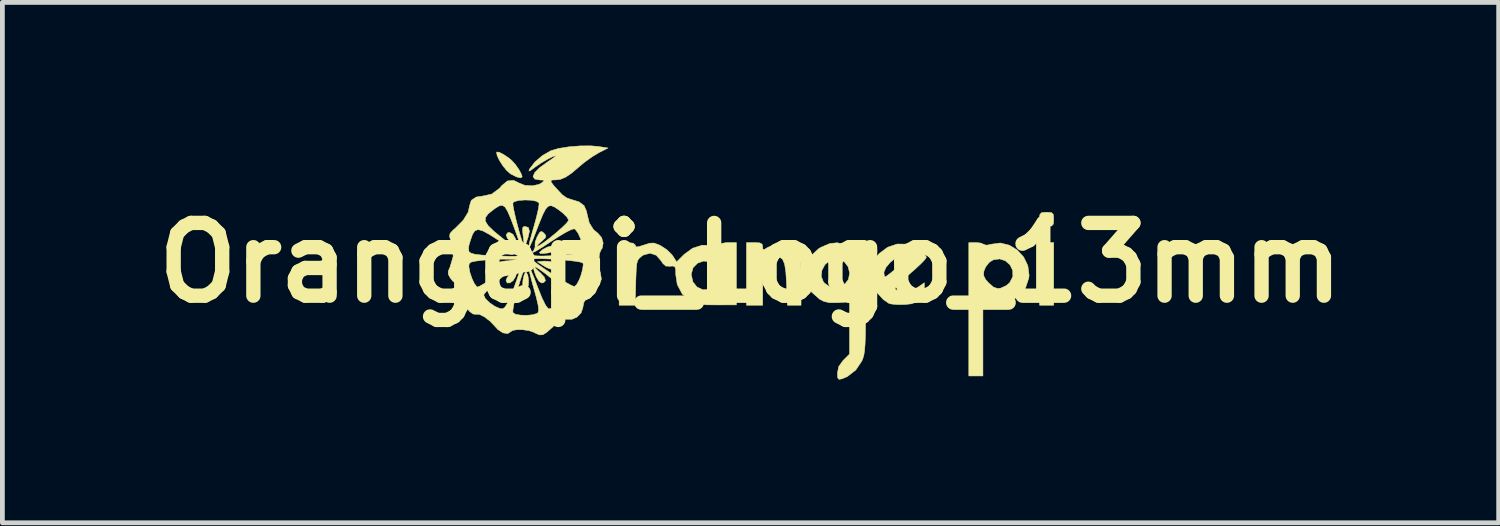
<source format=kicad_pcb>
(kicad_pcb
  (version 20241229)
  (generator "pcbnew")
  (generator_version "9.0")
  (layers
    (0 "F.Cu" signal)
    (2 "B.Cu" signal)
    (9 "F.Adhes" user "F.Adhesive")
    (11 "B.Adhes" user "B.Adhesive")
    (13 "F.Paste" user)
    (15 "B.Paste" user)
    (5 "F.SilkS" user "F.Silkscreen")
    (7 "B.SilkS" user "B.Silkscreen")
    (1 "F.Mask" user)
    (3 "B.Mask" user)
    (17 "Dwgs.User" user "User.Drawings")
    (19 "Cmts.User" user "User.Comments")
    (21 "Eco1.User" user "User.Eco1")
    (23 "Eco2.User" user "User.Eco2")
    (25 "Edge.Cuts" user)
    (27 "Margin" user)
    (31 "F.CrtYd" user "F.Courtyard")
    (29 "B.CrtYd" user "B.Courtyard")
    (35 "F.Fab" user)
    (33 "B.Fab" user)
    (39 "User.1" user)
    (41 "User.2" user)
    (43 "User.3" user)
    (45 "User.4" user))
  (footprint "Orangepi_Logo_13mm"
    (layer "F.Cu")
    (at 12.671 2.454)
    (property "Reference" "Orangepi_Logo_13mm" (at 0 0 0) (layer "F.SilkS") (effects (font (size 1.524 1.524) (thickness 0.3))))
    (attr through_hole)
    (fp_poly (pts (xy 6.35 0.889) (xy 6.054 0.889) (xy 6.054 -0.423) (xy 6.35 -0.423) (xy 6.35 0.889)) (stroke (width 0.01) (type solid)) (fill yes) (layer "F.SilkS"))
    (fp_poly (pts (xy -4.203 -0.028) (xy -4.119 0.008) (xy -4.086 0.063) (xy -4.116 0.118) (xy -4.176 0.136) (xy -4.266 0.103) (xy -4.319 0.072) (xy -4.466 -0.021) (xy -4.323 -0.035) (xy -4.203 -0.028)) (stroke (width 0.01) (type solid)) (fill yes) (layer "F.SilkS"))
    (fp_poly (pts (xy -4.976 -0.596) (xy -4.921 -0.5) (xy -4.886 -0.392) (xy -4.895 -0.355) (xy -4.954 -0.384) (xy -5.01 -0.426) (xy -5.094 -0.513) (xy -5.119 -0.586) (xy -5.084 -0.63) (xy -5.047 -0.635) (xy -4.976 -0.596)) (stroke (width 0.01) (type solid)) (fill yes) (layer "F.SilkS"))
    (fp_poly (pts (xy -4.663 0.268) (xy -4.649 0.37) (xy -4.653 0.47) (xy -4.676 0.532) (xy -4.685 0.537) (xy -4.749 0.525) (xy -4.761 0.511) (xy -4.773 0.448) (xy -4.766 0.357) (xy -4.746 0.266) (xy -4.719 0.205) (xy -4.695 0.199) (xy -4.663 0.268)) (stroke (width 0.01) (type solid)) (fill yes) (layer "F.SilkS"))
    (fp_poly (pts (xy -4.093 -0.343) (xy -4.093 -0.342) (xy -4.072 -0.282) (xy -4.087 -0.26) (xy -4.148 -0.23) (xy -4.24 -0.206) (xy -4.335 -0.194) (xy -4.405 -0.195) (xy -4.422 -0.214) (xy -4.355 -0.277) (xy -4.256 -0.328) (xy -4.157 -0.354) (xy -4.093 -0.343)) (stroke (width 0.01) (type solid)) (fill yes) (layer "F.SilkS"))
    (fp_poly (pts (xy -4.89 0.133) (xy -4.89 0.182) (xy -4.916 0.276) (xy -4.921 0.289) (xy -4.973 0.373) (xy -5.039 0.421) (xy -5.097 0.423) (xy -5.122 0.37) (xy -5.122 0.367) (xy -5.097 0.309) (xy -5.037 0.234) (xy -4.965 0.166) (xy -4.907 0.131) (xy -4.89 0.133)) (stroke (width 0.01) (type solid)) (fill yes) (layer "F.SilkS"))
    (fp_poly (pts (xy -5.104 -0.298) (xy -5.1 -0.296) (xy -4.991 -0.223) (xy -4.956 -0.183) (xy -4.994 -0.175) (xy -5.006 -0.176) (xy -5.083 -0.186) (xy -5.195 -0.2) (xy -5.196 -0.2) (xy -5.295 -0.228) (xy -5.334 -0.275) (xy -5.334 -0.275) (xy -5.307 -0.348) (xy -5.229 -0.356) (xy -5.104 -0.298)) (stroke (width 0.01) (type solid)) (fill yes) (layer "F.SilkS"))
    (fp_poly (pts (xy -4.961 -0.034) (xy -4.953 -0.025) (xy -4.985 0.004) (xy -5.063 0.055) (xy -5.157 0.112) (xy -5.238 0.155) (xy -5.274 0.169) (xy -5.304 0.136) (xy -5.32 0.102) (xy -5.314 0.025) (xy -5.287 -0.004) (xy -5.221 -0.025) (xy -5.122 -0.039) (xy -5.024 -0.043) (xy -4.961 -0.034)) (stroke (width 0.01) (type solid)) (fill yes) (layer "F.SilkS"))
    (fp_poly (pts (xy 6.301 -1.052) (xy 6.342 -1.015) (xy 6.35 -0.921) (xy 6.35 -0.91) (xy 6.343 -0.811) (xy 6.306 -0.77) (xy 6.213 -0.762) (xy 6.202 -0.762) (xy 6.103 -0.769) (xy 6.062 -0.806) (xy 6.054 -0.899) (xy 6.054 -0.91) (xy 6.06 -1.009) (xy 6.097 -1.05) (xy 6.191 -1.058) (xy 6.202 -1.058) (xy 6.301 -1.052)) (stroke (width 0.01) (type solid)) (fill yes) (layer "F.SilkS"))
    (fp_poly (pts (xy -5.266 -2.315) (xy -5.178 -2.271) (xy -5.075 -2.203) (xy -5.002 -2.143) (xy -4.924 -2.056) (xy -4.848 -1.947) (xy -4.796 -1.848) (xy -4.784 -1.801) (xy -4.816 -1.778) (xy -4.9 -1.798) (xy -5.018 -1.857) (xy -5.03 -1.864) (xy -5.106 -1.931) (xy -5.188 -2.032) (xy -5.26 -2.145) (xy -5.308 -2.246) (xy -5.319 -2.312) (xy -5.314 -2.32) (xy -5.266 -2.315)) (stroke (width 0.01) (type solid)) (fill yes) (layer "F.SilkS"))
    (fp_poly (pts (xy 0.195 -0.416) (xy 0.244 -0.388) (xy 0.254 -0.338) (xy 0.259 -0.281) (xy 0.291 -0.28) (xy 0.361 -0.322) (xy 0.474 -0.368) (xy 0.616 -0.392) (xy 0.644 -0.393) (xy 0.778 -0.378) (xy 0.877 -0.322) (xy 0.939 -0.259) (xy 0.989 -0.199) (xy 1.023 -0.142) (xy 1.044 -0.07) (xy 1.054 0.036) (xy 1.058 0.194) (xy 1.058 0.382) (xy 1.058 0.889) (xy 0.772 0.889) (xy 0.755 0.445) (xy 0.74 0.199) (xy 0.714 0.029) (xy 0.671 -0.074) (xy 0.608 -0.119) (xy 0.519 -0.116) (xy 0.478 -0.103) (xy 0.38 -0.048) (xy 0.313 0.046) (xy 0.274 0.191) (xy 0.256 0.401) (xy 0.255 0.519) (xy 0.254 0.889) (xy -0.085 0.889) (xy -0.085 -0.423) (xy 0.085 -0.423) (xy 0.195 -0.416)) (stroke (width 0.01) (type solid)) (fill yes) (layer "F.SilkS"))
    (fp_poly (pts (xy 4.823 -0.413) (xy 4.885 -0.387) (xy 4.888 -0.384) (xy 4.945 -0.367) (xy 5.04 -0.388) (xy 5.232 -0.414) (xy 5.419 -0.369) (xy 5.587 -0.266) (xy 5.722 -0.118) (xy 5.809 0.063) (xy 5.835 0.263) (xy 5.828 0.322) (xy 5.756 0.539) (xy 5.622 0.701) (xy 5.435 0.803) (xy 5.203 0.839) (xy 5.114 0.835) (xy 4.868 0.812) (xy 4.868 2.371) (xy 4.572 2.371) (xy 4.572 0.268) (xy 4.882 0.268) (xy 4.925 0.352) (xy 4.992 0.427) (xy 5.091 0.511) (xy 5.174 0.539) (xy 5.24 0.532) (xy 5.356 0.479) (xy 5.429 0.417) (xy 5.495 0.288) (xy 5.492 0.159) (xy 5.435 0.044) (xy 5.339 -0.041) (xy 5.219 -0.081) (xy 5.088 -0.063) (xy 5.002 -0.011) (xy 4.924 0.089) (xy 4.887 0.179) (xy 4.882 0.268) (xy 4.572 0.268) (xy 4.572 -0.423) (xy 4.718 -0.423) (xy 4.823 -0.413)) (stroke (width 0.01) (type solid)) (fill yes) (layer "F.SilkS"))
    (fp_poly (pts (xy 3.268 -0.39) (xy 3.294 -0.383) (xy 3.421 -0.333) (xy 3.544 -0.261) (xy 3.639 -0.184) (xy 3.682 -0.12) (xy 3.683 -0.114) (xy 3.652 -0.067) (xy 3.57 0.019) (xy 3.449 0.132) (xy 3.343 0.224) (xy 3.205 0.346) (xy 3.099 0.45) (xy 3.038 0.524) (xy 3.028 0.552) (xy 3.093 0.587) (xy 3.208 0.593) (xy 3.342 0.575) (xy 3.466 0.534) (xy 3.518 0.505) (xy 3.641 0.418) (xy 3.641 0.562) (xy 3.613 0.706) (xy 3.527 0.803) (xy 3.374 0.859) (xy 3.226 0.875) (xy 3.077 0.876) (xy 2.951 0.864) (xy 2.898 0.851) (xy 2.781 0.769) (xy 2.662 0.639) (xy 2.565 0.491) (xy 2.517 0.364) (xy 2.513 0.208) (xy 2.794 0.208) (xy 2.804 0.279) (xy 2.818 0.296) (xy 2.861 0.271) (xy 2.947 0.205) (xy 3.05 0.121) (xy 3.174 0.006) (xy 3.226 -0.072) (xy 3.207 -0.115) (xy 3.127 -0.127) (xy 3.033 -0.094) (xy 2.928 -0.011) (xy 2.84 0.093) (xy 2.795 0.192) (xy 2.794 0.208) (xy 2.513 0.208) (xy 2.511 0.14) (xy 2.585 -0.057) (xy 2.692 -0.191) (xy 2.872 -0.325) (xy 3.072 -0.393) (xy 3.268 -0.39)) (stroke (width 0.01) (type solid)) (fill yes) (layer "F.SilkS"))
    (fp_poly (pts (xy 2.412 0.73) (xy 2.411 1.079) (xy 2.409 1.354) (xy 2.405 1.566) (xy 2.398 1.725) (xy 2.388 1.844) (xy 2.374 1.932) (xy 2.355 2) (xy 2.332 2.057) (xy 2.205 2.246) (xy 2.026 2.385) (xy 1.916 2.431) (xy 1.852 2.442) (xy 1.825 2.407) (xy 1.82 2.313) (xy 1.847 2.175) (xy 1.937 2.049) (xy 1.947 2.039) (xy 2.074 1.912) (xy 2.074 0.82) (xy 1.831 0.836) (xy 1.663 0.837) (xy 1.54 0.811) (xy 1.45 0.765) (xy 1.281 0.616) (xy 1.18 0.433) (xy 1.153 0.286) (xy 1.481 0.286) (xy 1.527 0.402) (xy 1.556 0.432) (xy 1.693 0.524) (xy 1.817 0.538) (xy 1.945 0.476) (xy 1.963 0.463) (xy 2.051 0.349) (xy 2.076 0.216) (xy 2.045 0.085) (xy 1.965 -0.021) (xy 1.844 -0.08) (xy 1.791 -0.085) (xy 1.661 -0.05) (xy 1.559 0.038) (xy 1.495 0.158) (xy 1.481 0.286) (xy 1.153 0.286) (xy 1.144 0.234) (xy 1.174 0.035) (xy 1.268 -0.147) (xy 1.427 -0.295) (xy 1.482 -0.327) (xy 1.662 -0.403) (xy 1.817 -0.419) (xy 1.964 -0.383) (xy 2.061 -0.364) (xy 2.096 -0.383) (xy 2.152 -0.41) (xy 2.254 -0.423) (xy 2.267 -0.423) (xy 2.413 -0.423) (xy 2.412 0.73)) (stroke (width 0.01) (type solid)) (fill yes) (layer "F.SilkS"))
    (fp_poly (pts (xy -2.46 -0.411) (xy -2.414 -0.372) (xy -2.413 -0.365) (xy -2.4 -0.334) (xy -2.348 -0.335) (xy -2.238 -0.37) (xy -2.231 -0.372) (xy -2.11 -0.41) (xy -2.024 -0.413) (xy -1.928 -0.379) (xy -1.881 -0.357) (xy -1.754 -0.274) (xy -1.648 -0.17) (xy -1.631 -0.147) (xy -1.548 -0.018) (xy -1.391 -0.175) (xy -1.214 -0.304) (xy -1.014 -0.368) (xy -0.814 -0.362) (xy -0.751 -0.343) (xy -0.668 -0.319) (xy -0.637 -0.339) (xy -0.635 -0.361) (xy -0.606 -0.405) (xy -0.51 -0.422) (xy -0.466 -0.423) (xy -0.296 -0.423) (xy -0.296 0.882) (xy -0.712 0.883) (xy -0.921 0.881) (xy -1.067 0.87) (xy -1.171 0.846) (xy -1.255 0.807) (xy -1.263 0.803) (xy -1.431 0.653) (xy -1.535 0.455) (xy -1.566 0.251) (xy -1.566 0.245) (xy -1.242 0.245) (xy -1.208 0.399) (xy -1.121 0.508) (xy -1 0.565) (xy -0.865 0.56) (xy -0.737 0.486) (xy -0.709 0.457) (xy -0.643 0.323) (xy -0.653 0.178) (xy -0.727 0.056) (xy -0.849 -0.023) (xy -0.984 -0.036) (xy -1.109 0.008) (xy -1.203 0.102) (xy -1.242 0.237) (xy -1.242 0.245) (xy -1.566 0.245) (xy -1.569 0.133) (xy -1.588 0.079) (xy -1.636 0.068) (xy -1.683 0.073) (xy -1.775 0.069) (xy -1.841 0.01) (xy -1.87 -0.038) (xy -1.974 -0.157) (xy -2.103 -0.2) (xy -2.24 -0.164) (xy -2.279 -0.139) (xy -2.328 -0.098) (xy -2.361 -0.052) (xy -2.382 0.017) (xy -2.393 0.126) (xy -2.4 0.292) (xy -2.404 0.417) (xy -2.416 0.889) (xy -2.752 0.889) (xy -2.752 -0.423) (xy -2.582 -0.423) (xy -2.46 -0.411)) (stroke (width 0.01) (type solid)) (fill yes) (layer "F.SilkS"))
    (fp_poly (pts (xy -3.192 -2.436) (xy -2.985 -2.404) (xy -3.177 -2.306) (xy -3.316 -2.222) (xy -3.475 -2.108) (xy -3.579 -2.021) (xy -3.746 -1.879) (xy -3.875 -1.792) (xy -3.984 -1.747) (xy -4.082 -1.736) (xy -4.15 -1.734) (xy -4.182 -1.72) (xy -4.173 -1.684) (xy -4.119 -1.614) (xy -4.014 -1.499) (xy -3.947 -1.427) (xy -3.85 -1.359) (xy -3.769 -1.33) (xy -3.594 -1.277) (xy -3.487 -1.197) (xy -3.434 -1.075) (xy -3.427 -1.036) (xy -3.378 -0.836) (xy -3.29 -0.695) (xy -3.198 -0.619) (xy -3.12 -0.529) (xy -3.087 -0.413) (xy -3.107 -0.305) (xy -3.13 -0.273) (xy -3.162 -0.197) (xy -3.177 -0.072) (xy -3.173 0.069) (xy -3.151 0.192) (xy -3.144 0.212) (xy -3.124 0.344) (xy -3.164 0.459) (xy -3.254 0.528) (xy -3.255 0.528) (xy -3.345 0.591) (xy -3.431 0.706) (xy -3.494 0.84) (xy -3.514 0.946) (xy -3.549 1.049) (xy -3.635 1.138) (xy -3.739 1.183) (xy -3.775 1.183) (xy -3.884 1.182) (xy -3.984 1.219) (xy -4.1 1.306) (xy -4.154 1.355) (xy -4.27 1.458) (xy -4.351 1.508) (xy -4.421 1.511) (xy -4.505 1.475) (xy -4.53 1.46) (xy -4.633 1.423) (xy -4.765 1.403) (xy -4.893 1.401) (xy -4.988 1.419) (xy -5.016 1.439) (xy -5.086 1.484) (xy -5.186 1.468) (xy -5.293 1.398) (xy -5.352 1.333) (xy -5.456 1.223) (xy -5.572 1.134) (xy -5.679 1.081) (xy -5.755 1.078) (xy -5.758 1.08) (xy -5.815 1.072) (xy -5.889 1.015) (xy -5.907 0.993) (xy -4.978 0.993) (xy -4.978 1.043) (xy -4.925 1.078) (xy -4.818 1.097) (xy -4.687 1.101) (xy -4.562 1.089) (xy -4.472 1.061) (xy -4.452 1.046) (xy -4.438 0.992) (xy -4.449 0.888) (xy -4.487 0.724) (xy -4.534 0.556) (xy -4.585 0.374) (xy -4.624 0.221) (xy -4.646 0.116) (xy -4.648 0.08) (xy -4.629 0.101) (xy -4.588 0.187) (xy -4.53 0.326) (xy -4.465 0.496) (xy -4.372 0.729) (xy -4.296 0.884) (xy -4.239 0.959) (xy -4.225 0.965) (xy -4.144 0.951) (xy -4.035 0.896) (xy -3.925 0.821) (xy -3.841 0.743) (xy -3.81 0.682) (xy -3.841 0.633) (xy -3.923 0.548) (xy -4.039 0.442) (xy -4.171 0.328) (xy -4.303 0.222) (xy -4.417 0.139) (xy -4.495 0.091) (xy -4.515 0.086) (xy -4.508 0.11) (xy -4.449 0.17) (xy -4.407 0.206) (xy -4.319 0.3) (xy -4.295 0.375) (xy -4.336 0.418) (xy -4.379 0.423) (xy -4.432 0.386) (xy -4.488 0.293) (xy -4.533 0.171) (xy -4.547 0.103) (xy -4.585 0.023) (xy -4.659 0.02) (xy -4.69 0.036) (xy -4.723 0.09) (xy -4.769 0.206) (xy -4.822 0.363) (xy -4.875 0.541) (xy -4.922 0.719) (xy -4.959 0.877) (xy -4.978 0.993) (xy -5.907 0.993) (xy -5.956 0.935) (xy -5.995 0.856) (xy -5.994 0.821) (xy -5.998 0.75) (xy -6.021 0.678) (xy -5.588 0.678) (xy -5.553 0.753) (xy -5.466 0.837) (xy -5.355 0.913) (xy -5.248 0.959) (xy -5.192 0.964) (xy -5.146 0.933) (xy -5.091 0.847) (xy -5.022 0.696) (xy -4.95 0.508) (xy -4.885 0.327) (xy -4.834 0.175) (xy -4.803 0.069) (xy -4.796 0.029) (xy -4.832 0.032) (xy -4.915 0.081) (xy -5.03 0.163) (xy -5.164 0.268) (xy -5.3 0.381) (xy -5.424 0.492) (xy -5.523 0.588) (xy -5.58 0.657) (xy -5.588 0.678) (xy -6.021 0.678) (xy -6.032 0.645) (xy -6.084 0.536) (xy -6.139 0.452) (xy -6.181 0.423) (xy -6.231 0.391) (xy -6.289 0.319) (xy -6.332 0.24) (xy -6.33 0.172) (xy -6.29 0.08) (xy -6.286 0.063) (xy -5.9 0.063) (xy -5.899 0.089) (xy -5.878 0.204) (xy -5.835 0.329) (xy -5.784 0.437) (xy -5.734 0.501) (xy -5.716 0.508) (xy -5.665 0.486) (xy -5.559 0.425) (xy -5.414 0.336) (xy -5.244 0.226) (xy -5.238 0.222) (xy -4.805 -0.064) (xy -4.957 -0.071) (xy -4.572 -0.071) (xy -4.538 -0.033) (xy -4.449 0.036) (xy -4.32 0.126) (xy -4.169 0.226) (xy -4.015 0.323) (xy -3.872 0.409) (xy -3.759 0.471) (xy -3.694 0.498) (xy -3.687 0.498) (xy -3.641 0.455) (xy -3.587 0.355) (xy -3.554 0.27) (xy -3.518 0.141) (xy -3.504 0.041) (xy -3.51 0.006) (xy -3.559 -0.013) (xy -3.669 -0.032) (xy -3.823 -0.05) (xy -4 -0.066) (xy -4.182 -0.078) (xy -4.348 -0.085) (xy -4.48 -0.086) (xy -4.559 -0.079) (xy -4.572 -0.071) (xy -4.957 -0.071) (xy -5.059 -0.075) (xy -5.242 -0.076) (xy -5.456 -0.067) (xy -5.609 -0.053) (xy -5.764 -0.034) (xy -5.852 -0.014) (xy -5.891 0.016) (xy -5.9 0.063) (xy -6.286 0.063) (xy -6.228 -0.136) (xy -6.242 -0.294) (xy -5.913 -0.294) (xy -5.903 -0.24) (xy -5.861 -0.203) (xy -5.775 -0.178) (xy -5.637 -0.162) (xy -5.437 -0.15) (xy -5.165 -0.14) (xy -5.046 -0.135) (xy -4.926 -0.137) (xy -4.854 -0.149) (xy -4.843 -0.163) (xy -4.885 -0.199) (xy -4.984 -0.271) (xy -5.123 -0.367) (xy -5.273 -0.467) (xy -5.469 -0.593) (xy -5.61 -0.669) (xy -5.707 -0.695) (xy -5.774 -0.67) (xy -5.823 -0.596) (xy -5.867 -0.471) (xy -5.869 -0.464) (xy -5.898 -0.367) (xy -5.913 -0.294) (xy -6.242 -0.294) (xy -6.249 -0.37) (xy -6.276 -0.457) (xy -6.304 -0.551) (xy -6.294 -0.614) (xy -6.235 -0.68) (xy -6.185 -0.722) (xy -6.039 -0.869) (xy -5.554 -0.869) (xy -5.496 -0.777) (xy -5.376 -0.661) (xy -5.19 -0.509) (xy -5.189 -0.508) (xy -5.038 -0.392) (xy -4.912 -0.301) (xy -4.825 -0.245) (xy -4.792 -0.232) (xy -4.798 -0.277) (xy -4.828 -0.384) (xy -4.879 -0.537) (xy -4.933 -0.687) (xy -5.018 -0.914) (xy -5.084 -1.07) (xy -5.14 -1.164) (xy -5.194 -1.202) (xy -5.256 -1.195) (xy -5.334 -1.15) (xy -5.386 -1.113) (xy -5.495 -1.025) (xy -5.552 -0.948) (xy -5.554 -0.869) (xy -6.039 -0.869) (xy -6.016 -0.893) (xy -5.913 -1.062) (xy -5.885 -1.194) (xy -5.866 -1.254) (xy -4.978 -1.254) (xy -4.975 -1.196) (xy -4.953 -1.079) (xy -4.918 -0.925) (xy -4.875 -0.757) (xy -4.831 -0.597) (xy -4.79 -0.467) (xy -4.76 -0.39) (xy -4.753 -0.381) (xy -4.747 -0.406) (xy -4.754 -0.492) (xy -4.763 -0.561) (xy -4.777 -0.684) (xy -4.768 -0.745) (xy -4.733 -0.762) (xy -4.727 -0.762) (xy -4.653 -0.738) (xy -4.631 -0.661) (xy -4.662 -0.525) (xy -4.68 -0.475) (xy -4.722 -0.349) (xy -4.724 -0.282) (xy -4.703 -0.262) (xy -4.633 -0.217) (xy -4.601 -0.185) (xy -4.563 -0.159) (xy -4.491 -0.145) (xy -4.372 -0.141) (xy -4.191 -0.146) (xy -4.064 -0.152) (xy -3.866 -0.166) (xy -3.698 -0.184) (xy -3.578 -0.203) (xy -3.528 -0.219) (xy -3.51 -0.281) (xy -3.525 -0.388) (xy -3.563 -0.512) (xy -3.615 -0.625) (xy -3.671 -0.699) (xy -3.695 -0.712) (xy -3.756 -0.695) (xy -3.869 -0.638) (xy -4.016 -0.551) (xy -4.145 -0.468) (xy -4.342 -0.338) (xy -4.481 -0.253) (xy -4.56 -0.213) (xy -4.574 -0.221) (xy -4.541 -0.259) (xy -4.511 -0.331) (xy -4.515 -0.361) (xy -4.511 -0.433) (xy -4.473 -0.536) (xy -4.465 -0.552) (xy -4.415 -0.638) (xy -4.378 -0.658) (xy -4.33 -0.623) (xy -4.325 -0.618) (xy -4.286 -0.568) (xy -4.296 -0.524) (xy -4.365 -0.459) (xy -4.382 -0.445) (xy -4.454 -0.38) (xy -4.479 -0.343) (xy -4.475 -0.34) (xy -4.418 -0.365) (xy -4.318 -0.432) (xy -4.194 -0.527) (xy -4.064 -0.635) (xy -3.944 -0.741) (xy -3.854 -0.829) (xy -3.812 -0.886) (xy -3.81 -0.892) (xy -3.842 -0.952) (xy -3.925 -1.036) (xy -4.004 -1.099) (xy -4.101 -1.165) (xy -4.175 -1.196) (xy -4.235 -1.186) (xy -4.291 -1.126) (xy -4.352 -1.008) (xy -4.428 -0.823) (xy -4.484 -0.677) (xy -4.563 -0.475) (xy -4.617 -0.353) (xy -4.644 -0.31) (xy -4.646 -0.346) (xy -4.62 -0.461) (xy -4.568 -0.654) (xy -4.532 -0.777) (xy -4.483 -0.958) (xy -4.447 -1.112) (xy -4.43 -1.218) (xy -4.432 -1.254) (xy -4.485 -1.289) (xy -4.592 -1.31) (xy -4.724 -1.315) (xy -4.852 -1.306) (xy -4.947 -1.281) (xy -4.978 -1.254) (xy -5.866 -1.254) (xy -5.848 -1.309) (xy -5.743 -1.378) (xy -5.601 -1.399) (xy -5.42 -1.439) (xy -5.259 -1.559) (xy -5.207 -1.619) (xy -5.092 -1.714) (xy -4.963 -1.726) (xy -4.85 -1.671) (xy -4.729 -1.622) (xy -4.576 -1.612) (xy -4.433 -1.641) (xy -4.379 -1.671) (xy -4.326 -1.716) (xy -4.344 -1.732) (xy -4.411 -1.734) (xy -4.52 -1.754) (xy -4.556 -1.807) (xy -4.52 -1.889) (xy -4.415 -1.994) (xy -4.242 -2.119) (xy -4.236 -2.123) (xy -4.137 -2.19) (xy -4.082 -2.233) (xy -4.079 -2.244) (xy -4.15 -2.221) (xy -4.264 -2.163) (xy -4.396 -2.084) (xy -4.521 -1.998) (xy -4.526 -1.994) (xy -4.612 -1.932) (xy -4.643 -1.921) (xy -4.63 -1.96) (xy -4.625 -1.969) (xy -4.516 -2.111) (xy -4.359 -2.246) (xy -4.186 -2.345) (xy -4.181 -2.348) (xy -4.019 -2.395) (xy -3.804 -2.429) (xy -3.567 -2.448) (xy -3.34 -2.449) (xy -3.192 -2.436)) (stroke (width 0.01) (type solid)) (fill yes) (layer "F.SilkS")))
  (gr_rect
    (start -3 -3)
    (end 28.342 7.901)
    (stroke (width 0.1) (type default))
    (fill no)
    (layer "Edge.Cuts")))
</source>
